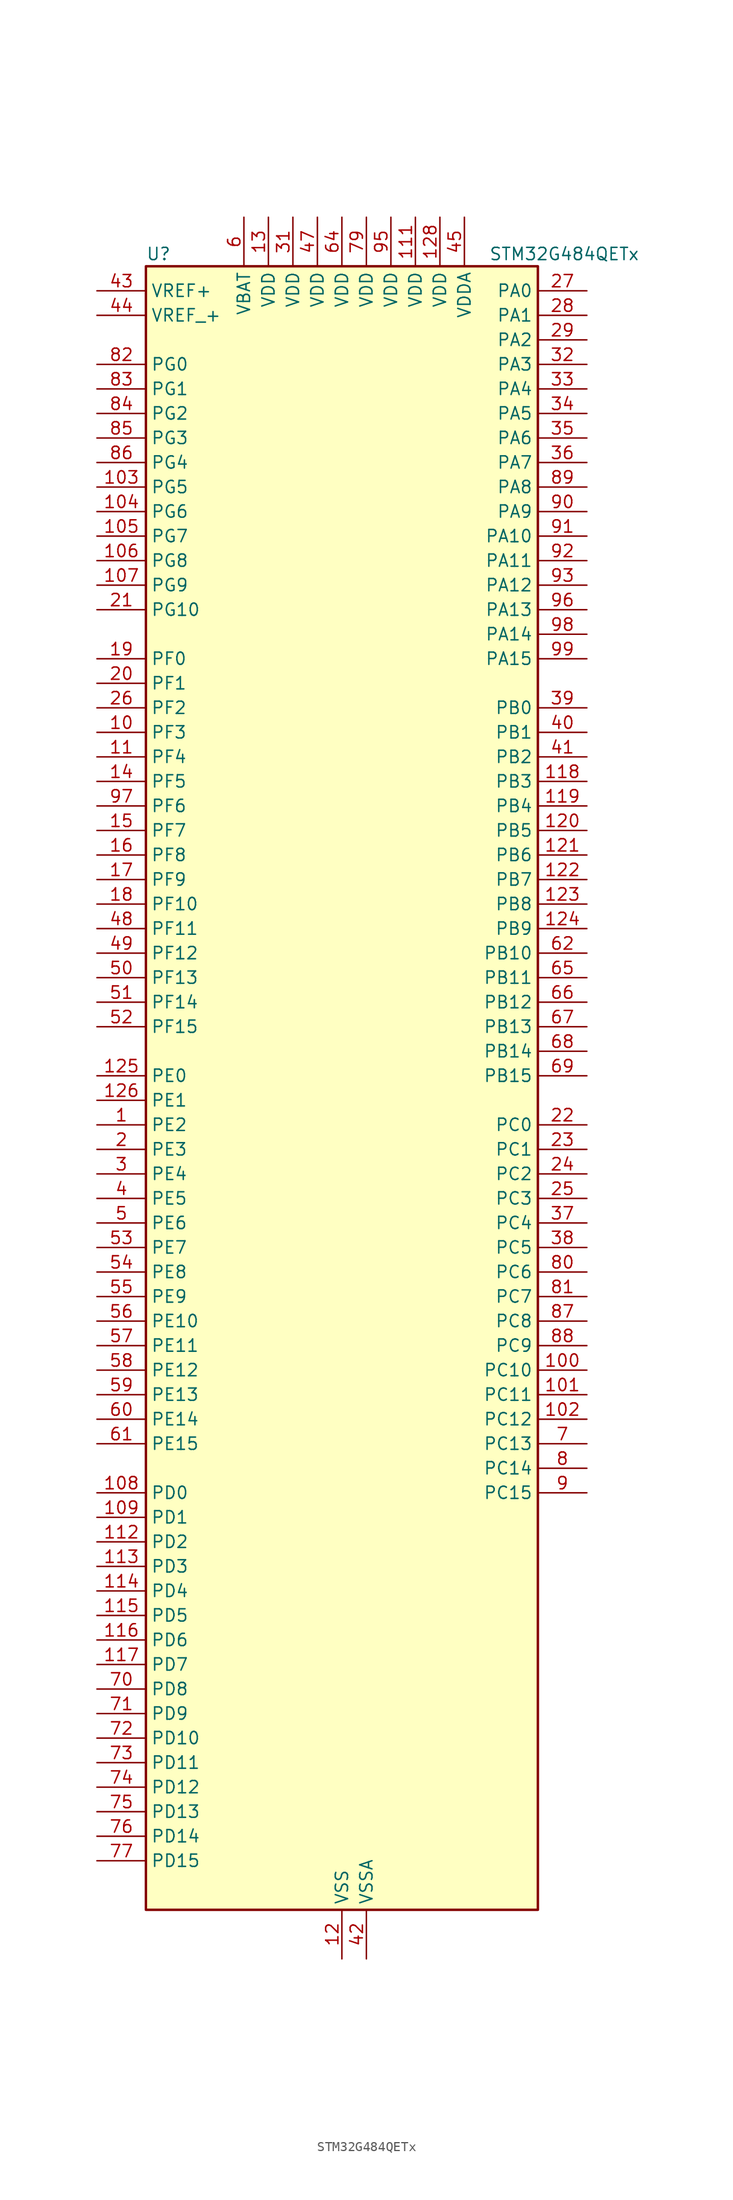
<source format=kicad_sym>
(kicad_symbol_lib
  (version 20231120)
  (generator "kicad_symbol_editor")
  (generator_version "8.0")
  (symbol "STM32G484QETx"
    (property "Reference" "U"
      (at -20.32 87.63 0)
      (effects (font (size 1.27 1.27)) (justify left)))
    (property "Value" "STM32G484QETx"
      (at 15.24 87.63 0)
      (effects (font (size 1.27 1.27)) (justify left)))
    (property "ki_locked" ""
      (at 0 0 0)
      (effects (font (size 1.27 1.27))))
    (symbol "STM32G484QETx_0_1"
      (rectangle (start -20.32 -83.82) (end 20.32 86.36) (stroke (width 0.254) (type default)) (fill (type background))))
    (symbol "STM32G484QETx_1_1"
      (pin bidirectional line (at -25.4 -2.54 0) (length 5.08) (name "PE2" (effects (font (size 1.27 1.27)))) (number "1" (effects (font (size 1.27 1.27)))) (alternate "ADC3_EXTI2" bidirectional line) (alternate "ADC4_EXTI2" bidirectional line) (alternate "ADC5_EXTI2" bidirectional line) (alternate "FMC_A23" bidirectional line) (alternate "SAI1_CK1" bidirectional line) (alternate "SAI1_MCLK_A" bidirectional line) (alternate "SPI4_SCK" bidirectional line) (alternate "SYS_TRACECLK" bidirectional line) (alternate "TIM20_CH1" bidirectional line) (alternate "TIM3_CH1" bidirectional line))
      (pin bidirectional line (at -25.4 38.1 0) (length 5.08) (name "PF3" (effects (font (size 1.27 1.27)))) (number "10" (effects (font (size 1.27 1.27)))) (alternate "ADC3_EXTI3" bidirectional line) (alternate "ADC4_EXTI3" bidirectional line) (alternate "ADC5_EXTI3" bidirectional line) (alternate "FMC_A3" bidirectional line) (alternate "I2C3_SCL" bidirectional line) (alternate "TIM20_CH4" bidirectional line))
      (pin bidirectional line (at 25.4 -27.94 180) (length 5.08) (name "PC10" (effects (font (size 1.27 1.27)))) (number "100" (effects (font (size 1.27 1.27)))) (alternate "DAC1_EXTI10" bidirectional line) (alternate "DAC2_EXTI10" bidirectional line) (alternate "DAC3_EXTI10" bidirectional line) (alternate "DAC4_EXTI10" bidirectional line) (alternate "HRTIM1_FLT6" bidirectional line) (alternate "I2S3_CK" bidirectional line) (alternate "SPI3_SCK" bidirectional line) (alternate "TIM8_CH1N" bidirectional line) (alternate "UART4_TX" bidirectional line) (alternate "USART3_TX" bidirectional line))
      (pin bidirectional line (at 25.4 -30.48 180) (length 5.08) (name "PC11" (effects (font (size 1.27 1.27)))) (number "101" (effects (font (size 1.27 1.27)))) (alternate "ADC1_EXTI11" bidirectional line) (alternate "ADC2_EXTI11" bidirectional line) (alternate "HRTIM1_EEV2" bidirectional line) (alternate "I2C3_SDA" bidirectional line) (alternate "SPI3_MISO" bidirectional line) (alternate "TIM8_CH2N" bidirectional line) (alternate "UART4_RX" bidirectional line) (alternate "USART3_RX" bidirectional line))
      (pin bidirectional line (at 25.4 -33.02 180) (length 5.08) (name "PC12" (effects (font (size 1.27 1.27)))) (number "102" (effects (font (size 1.27 1.27)))) (alternate "HRTIM1_EEV1" bidirectional line) (alternate "I2S3_SD" bidirectional line) (alternate "SPI3_MOSI" bidirectional line) (alternate "TIM5_CH2" bidirectional line) (alternate "TIM8_CH3N" bidirectional line) (alternate "UART5_TX" bidirectional line) (alternate "UCPD1_FRSTX1" bidirectional line) (alternate "UCPD1_FRSTX2" bidirectional line) (alternate "USART3_CK" bidirectional line))
      (pin bidirectional line (at -25.4 63.5 0) (length 5.08) (name "PG5" (effects (font (size 1.27 1.27)))) (number "103" (effects (font (size 1.27 1.27)))) (alternate "FMC_A15" bidirectional line) (alternate "LPUART1_CTS" bidirectional line) (alternate "SPI1_NSS" bidirectional line) (alternate "TIM20_ETR" bidirectional line))
      (pin bidirectional line (at -25.4 60.96 0) (length 5.08) (name "PG6" (effects (font (size 1.27 1.27)))) (number "104" (effects (font (size 1.27 1.27)))) (alternate "FMC_INT" bidirectional line) (alternate "I2C3_SMBA" bidirectional line) (alternate "LPUART1_DE" bidirectional line) (alternate "LPUART1_RTS" bidirectional line) (alternate "TIM20_BKIN" bidirectional line))
      (pin bidirectional line (at -25.4 58.42 0) (length 5.08) (name "PG7" (effects (font (size 1.27 1.27)))) (number "105" (effects (font (size 1.27 1.27)))) (alternate "FMC_INT" bidirectional line) (alternate "I2C3_SCL" bidirectional line) (alternate "LPUART1_TX" bidirectional line) (alternate "SAI1_CK1" bidirectional line) (alternate "SAI1_MCLK_A" bidirectional line))
      (pin bidirectional line (at -25.4 55.88 0) (length 5.08) (name "PG8" (effects (font (size 1.27 1.27)))) (number "106" (effects (font (size 1.27 1.27)))) (alternate "FMC_NE3" bidirectional line) (alternate "I2C3_SDA" bidirectional line) (alternate "LPUART1_RX" bidirectional line))
      (pin bidirectional line (at -25.4 53.34 0) (length 5.08) (name "PG9" (effects (font (size 1.27 1.27)))) (number "107" (effects (font (size 1.27 1.27)))) (alternate "DAC1_EXTI9" bidirectional line) (alternate "DAC2_EXTI9" bidirectional line) (alternate "DAC3_EXTI9" bidirectional line) (alternate "DAC4_EXTI9" bidirectional line) (alternate "FMC_NCE" bidirectional line) (alternate "FMC_NE2" bidirectional line) (alternate "SPI3_SCK" bidirectional line) (alternate "TIM15_CH1N" bidirectional line) (alternate "USART1_TX" bidirectional line))
      (pin bidirectional line (at -25.4 -40.64 0) (length 5.08) (name "PD0" (effects (font (size 1.27 1.27)))) (number "108" (effects (font (size 1.27 1.27)))) (alternate "FDCAN1_RX" bidirectional line) (alternate "FMC_D2" bidirectional line) (alternate "FMC_DA2" bidirectional line) (alternate "TIM8_CH4N" bidirectional line))
      (pin bidirectional line (at -25.4 -43.18 0) (length 5.08) (name "PD1" (effects (font (size 1.27 1.27)))) (number "109" (effects (font (size 1.27 1.27)))) (alternate "FDCAN1_TX" bidirectional line) (alternate "FMC_D3" bidirectional line) (alternate "FMC_DA3" bidirectional line) (alternate "TIM8_BKIN2" bidirectional line) (alternate "TIM8_CH4" bidirectional line))
      (pin bidirectional line (at -25.4 35.56 0) (length 5.08) (name "PF4" (effects (font (size 1.27 1.27)))) (number "11" (effects (font (size 1.27 1.27)))) (alternate "COMP1_OUT" bidirectional line) (alternate "FMC_A4" bidirectional line) (alternate "I2C3_SDA" bidirectional line) (alternate "TIM20_CH1N" bidirectional line))
      (pin passive line (at 0 -88.9 90) (length 5.08) hide (name "VSS" (effects (font (size 1.27 1.27)))) (number "110" (effects (font (size 1.27 1.27)))))
      (pin power_in line (at 7.62 91.44 270) (length 5.08) (name "VDD" (effects (font (size 1.27 1.27)))) (number "111" (effects (font (size 1.27 1.27)))))
      (pin bidirectional line (at -25.4 -45.72 0) (length 5.08) (name "PD2" (effects (font (size 1.27 1.27)))) (number "112" (effects (font (size 1.27 1.27)))) (alternate "ADC3_EXTI2" bidirectional line) (alternate "ADC4_EXTI2" bidirectional line) (alternate "ADC5_EXTI2" bidirectional line) (alternate "TIM3_ETR" bidirectional line) (alternate "TIM8_BKIN" bidirectional line) (alternate "UART5_RX" bidirectional line))
      (pin bidirectional line (at -25.4 -48.26 0) (length 5.08) (name "PD3" (effects (font (size 1.27 1.27)))) (number "113" (effects (font (size 1.27 1.27)))) (alternate "ADC3_EXTI3" bidirectional line) (alternate "ADC4_EXTI3" bidirectional line) (alternate "ADC5_EXTI3" bidirectional line) (alternate "FMC_CLK" bidirectional line) (alternate "QUADSPI1_BK2_NCS" bidirectional line) (alternate "TIM2_CH1" bidirectional line) (alternate "TIM2_ETR" bidirectional line) (alternate "USART2_CTS" bidirectional line) (alternate "USART2_NSS" bidirectional line))
      (pin bidirectional line (at -25.4 -50.8 0) (length 5.08) (name "PD4" (effects (font (size 1.27 1.27)))) (number "114" (effects (font (size 1.27 1.27)))) (alternate "FMC_NOE" bidirectional line) (alternate "QUADSPI1_BK2_IO0" bidirectional line) (alternate "TIM2_CH2" bidirectional line) (alternate "USART2_DE" bidirectional line) (alternate "USART2_RTS" bidirectional line))
      (pin bidirectional line (at -25.4 -53.34 0) (length 5.08) (name "PD5" (effects (font (size 1.27 1.27)))) (number "115" (effects (font (size 1.27 1.27)))) (alternate "FMC_NWE" bidirectional line) (alternate "QUADSPI1_BK2_IO1" bidirectional line) (alternate "USART2_TX" bidirectional line))
      (pin bidirectional line (at -25.4 -55.88 0) (length 5.08) (name "PD6" (effects (font (size 1.27 1.27)))) (number "116" (effects (font (size 1.27 1.27)))) (alternate "FMC_NWAIT" bidirectional line) (alternate "QUADSPI1_BK2_IO2" bidirectional line) (alternate "SAI1_D1" bidirectional line) (alternate "SAI1_SD_A" bidirectional line) (alternate "TIM2_CH4" bidirectional line) (alternate "USART2_RX" bidirectional line))
      (pin bidirectional line (at -25.4 -58.42 0) (length 5.08) (name "PD7" (effects (font (size 1.27 1.27)))) (number "117" (effects (font (size 1.27 1.27)))) (alternate "FMC_NCE" bidirectional line) (alternate "FMC_NE1" bidirectional line) (alternate "QUADSPI1_BK2_IO3" bidirectional line) (alternate "TIM2_CH3" bidirectional line) (alternate "USART2_CK" bidirectional line))
      (pin bidirectional line (at 25.4 33.02 180) (length 5.08) (name "PB3" (effects (font (size 1.27 1.27)))) (number "118" (effects (font (size 1.27 1.27)))) (alternate "ADC3_EXTI3" bidirectional line) (alternate "ADC4_EXTI3" bidirectional line) (alternate "ADC5_EXTI3" bidirectional line) (alternate "CRS_SYNC" bidirectional line) (alternate "FDCAN3_RX" bidirectional line) (alternate "HRTIM1_EEV9" bidirectional line) (alternate "HRTIM1_SCOUT" bidirectional line) (alternate "I2S3_CK" bidirectional line) (alternate "SAI1_SCK_B" bidirectional line) (alternate "SPI1_SCK" bidirectional line) (alternate "SPI3_SCK" bidirectional line) (alternate "SYS_JTDO-SWO" bidirectional line) (alternate "TIM2_CH2" bidirectional line) (alternate "TIM3_ETR" bidirectional line) (alternate "TIM4_ETR" bidirectional line) (alternate "TIM8_CH1N" bidirectional line) (alternate "USART2_TX" bidirectional line))
      (pin bidirectional line (at 25.4 30.48 180) (length 5.08) (name "PB4" (effects (font (size 1.27 1.27)))) (number "119" (effects (font (size 1.27 1.27)))) (alternate "FDCAN3_TX" bidirectional line) (alternate "HRTIM1_EEV7" bidirectional line) (alternate "SAI1_MCLK_B" bidirectional line) (alternate "SPI1_MISO" bidirectional line) (alternate "SPI3_MISO" bidirectional line) (alternate "SYS_JTRST" bidirectional line) (alternate "TIM16_CH1" bidirectional line) (alternate "TIM17_BKIN" bidirectional line) (alternate "TIM3_CH1" bidirectional line) (alternate "TIM8_CH2N" bidirectional line) (alternate "UART5_DE" bidirectional line) (alternate "UART5_RTS" bidirectional line) (alternate "UCPD1_CC2" bidirectional line) (alternate "USART2_RX" bidirectional line))
      (pin power_in line (at 0 -88.9 90) (length 5.08) (name "VSS" (effects (font (size 1.27 1.27)))) (number "12" (effects (font (size 1.27 1.27)))))
      (pin bidirectional line (at 25.4 27.94 180) (length 5.08) (name "PB5" (effects (font (size 1.27 1.27)))) (number "120" (effects (font (size 1.27 1.27)))) (alternate "FDCAN2_RX" bidirectional line) (alternate "HRTIM1_EEV6" bidirectional line) (alternate "I2C1_SMBA" bidirectional line) (alternate "I2C3_SDA" bidirectional line) (alternate "I2S3_SD" bidirectional line) (alternate "LPTIM1_IN1" bidirectional line) (alternate "SAI1_SD_B" bidirectional line) (alternate "SPI1_MOSI" bidirectional line) (alternate "SPI3_MOSI" bidirectional line) (alternate "TIM16_BKIN" bidirectional line) (alternate "TIM17_CH1" bidirectional line) (alternate "TIM3_CH2" bidirectional line) (alternate "TIM8_CH3N" bidirectional line) (alternate "UART5_CTS" bidirectional line) (alternate "USART2_CK" bidirectional line))
      (pin bidirectional line (at 25.4 25.4 180) (length 5.08) (name "PB6" (effects (font (size 1.27 1.27)))) (number "121" (effects (font (size 1.27 1.27)))) (alternate "COMP4_OUT" bidirectional line) (alternate "FDCAN2_TX" bidirectional line) (alternate "HRTIM1_EEV4" bidirectional line) (alternate "HRTIM1_SCIN" bidirectional line) (alternate "LPTIM1_ETR" bidirectional line) (alternate "SAI1_FS_B" bidirectional line) (alternate "TIM16_CH1N" bidirectional line) (alternate "TIM4_CH1" bidirectional line) (alternate "TIM8_BKIN2" bidirectional line) (alternate "TIM8_CH1" bidirectional line) (alternate "TIM8_ETR" bidirectional line) (alternate "UCPD1_CC1" bidirectional line) (alternate "USART1_TX" bidirectional line))
      (pin bidirectional line (at 25.4 22.86 180) (length 5.08) (name "PB7" (effects (font (size 1.27 1.27)))) (number "122" (effects (font (size 1.27 1.27)))) (alternate "COMP3_OUT" bidirectional line) (alternate "FMC_NL" bidirectional line) (alternate "HRTIM1_EEV3" bidirectional line) (alternate "I2C1_SDA" bidirectional line) (alternate "I2C4_SDA" bidirectional line) (alternate "LPTIM1_IN2" bidirectional line) (alternate "SYS_PVD_IN" bidirectional line) (alternate "TIM17_CH1N" bidirectional line) (alternate "TIM3_CH4" bidirectional line) (alternate "TIM4_CH2" bidirectional line) (alternate "TIM8_BKIN" bidirectional line) (alternate "UART4_CTS" bidirectional line) (alternate "USART1_RX" bidirectional line))
      (pin bidirectional line (at 25.4 20.32 180) (length 5.08) (name "PB8" (effects (font (size 1.27 1.27)))) (number "123" (effects (font (size 1.27 1.27)))) (alternate "COMP1_OUT" bidirectional line) (alternate "FDCAN1_RX" bidirectional line) (alternate "HRTIM1_EEV8" bidirectional line) (alternate "I2C1_SCL" bidirectional line) (alternate "SAI1_CK1" bidirectional line) (alternate "SAI1_MCLK_A" bidirectional line) (alternate "TIM16_CH1" bidirectional line) (alternate "TIM1_BKIN" bidirectional line) (alternate "TIM4_CH3" bidirectional line) (alternate "TIM8_CH2" bidirectional line) (alternate "USART3_RX" bidirectional line))
      (pin bidirectional line (at 25.4 17.78 180) (length 5.08) (name "PB9" (effects (font (size 1.27 1.27)))) (number "124" (effects (font (size 1.27 1.27)))) (alternate "COMP2_OUT" bidirectional line) (alternate "DAC1_EXTI9" bidirectional line) (alternate "DAC2_EXTI9" bidirectional line) (alternate "DAC3_EXTI9" bidirectional line) (alternate "DAC4_EXTI9" bidirectional line) (alternate "FDCAN1_TX" bidirectional line) (alternate "HRTIM1_EEV5" bidirectional line) (alternate "I2C1_SDA" bidirectional line) (alternate "IR_OUT" bidirectional line) (alternate "SAI1_D2" bidirectional line) (alternate "SAI1_FS_A" bidirectional line) (alternate "TIM17_CH1" bidirectional line) (alternate "TIM1_CH3N" bidirectional line) (alternate "TIM4_CH4" bidirectional line) (alternate "TIM8_CH3" bidirectional line) (alternate "USART3_TX" bidirectional line))
      (pin bidirectional line (at -25.4 2.54 0) (length 5.08) (name "PE0" (effects (font (size 1.27 1.27)))) (number "125" (effects (font (size 1.27 1.27)))) (alternate "FMC_NBL0" bidirectional line) (alternate "TIM16_CH1" bidirectional line) (alternate "TIM20_CH4N" bidirectional line) (alternate "TIM20_ETR" bidirectional line) (alternate "TIM4_ETR" bidirectional line) (alternate "USART1_TX" bidirectional line))
      (pin bidirectional line (at -25.4 0 0) (length 5.08) (name "PE1" (effects (font (size 1.27 1.27)))) (number "126" (effects (font (size 1.27 1.27)))) (alternate "FMC_NBL1" bidirectional line) (alternate "TIM17_CH1" bidirectional line) (alternate "TIM20_CH4" bidirectional line) (alternate "USART1_RX" bidirectional line))
      (pin passive line (at 0 -88.9 90) (length 5.08) hide (name "VSS" (effects (font (size 1.27 1.27)))) (number "127" (effects (font (size 1.27 1.27)))))
      (pin power_in line (at 10.16 91.44 270) (length 5.08) (name "VDD" (effects (font (size 1.27 1.27)))) (number "128" (effects (font (size 1.27 1.27)))))
      (pin power_in line (at -7.62 91.44 270) (length 5.08) (name "VDD" (effects (font (size 1.27 1.27)))) (number "13" (effects (font (size 1.27 1.27)))))
      (pin bidirectional line (at -25.4 33.02 0) (length 5.08) (name "PF5" (effects (font (size 1.27 1.27)))) (number "14" (effects (font (size 1.27 1.27)))) (alternate "FMC_A5" bidirectional line) (alternate "TIM20_CH2N" bidirectional line))
      (pin bidirectional line (at -25.4 27.94 0) (length 5.08) (name "PF7" (effects (font (size 1.27 1.27)))) (number "15" (effects (font (size 1.27 1.27)))) (alternate "FMC_A1" bidirectional line) (alternate "QUADSPI1_BK1_IO2" bidirectional line) (alternate "SAI1_MCLK_B" bidirectional line) (alternate "TIM20_BKIN" bidirectional line) (alternate "TIM5_CH2" bidirectional line))
      (pin bidirectional line (at -25.4 25.4 0) (length 5.08) (name "PF8" (effects (font (size 1.27 1.27)))) (number "16" (effects (font (size 1.27 1.27)))) (alternate "FMC_A24" bidirectional line) (alternate "QUADSPI1_BK1_IO0" bidirectional line) (alternate "SAI1_SCK_B" bidirectional line) (alternate "TIM20_BKIN2" bidirectional line) (alternate "TIM5_CH3" bidirectional line))
      (pin bidirectional line (at -25.4 22.86 0) (length 5.08) (name "PF9" (effects (font (size 1.27 1.27)))) (number "17" (effects (font (size 1.27 1.27)))) (alternate "DAC1_EXTI9" bidirectional line) (alternate "DAC2_EXTI9" bidirectional line) (alternate "DAC3_EXTI9" bidirectional line) (alternate "DAC4_EXTI9" bidirectional line) (alternate "FMC_A25" bidirectional line) (alternate "QUADSPI1_BK1_IO1" bidirectional line) (alternate "SAI1_FS_B" bidirectional line) (alternate "SPI2_SCK" bidirectional line) (alternate "TIM15_CH1" bidirectional line) (alternate "TIM20_BKIN" bidirectional line) (alternate "TIM5_CH4" bidirectional line))
      (pin bidirectional line (at -25.4 20.32 0) (length 5.08) (name "PF10" (effects (font (size 1.27 1.27)))) (number "18" (effects (font (size 1.27 1.27)))) (alternate "DAC1_EXTI10" bidirectional line) (alternate "DAC2_EXTI10" bidirectional line) (alternate "DAC3_EXTI10" bidirectional line) (alternate "DAC4_EXTI10" bidirectional line) (alternate "FMC_A0" bidirectional line) (alternate "QUADSPI1_CLK" bidirectional line) (alternate "SAI1_D3" bidirectional line) (alternate "SPI2_SCK" bidirectional line) (alternate "TIM15_CH2" bidirectional line) (alternate "TIM20_BKIN2" bidirectional line))
      (pin bidirectional line (at -25.4 45.72 0) (length 5.08) (name "PF0" (effects (font (size 1.27 1.27)))) (number "19" (effects (font (size 1.27 1.27)))) (alternate "ADC1_IN10" bidirectional line) (alternate "I2C2_SDA" bidirectional line) (alternate "I2S2_WS" bidirectional line) (alternate "RCC_OSC_IN" bidirectional line) (alternate "SPI2_NSS" bidirectional line) (alternate "TIM1_CH3N" bidirectional line))
      (pin bidirectional line (at -25.4 -5.08 0) (length 5.08) (name "PE3" (effects (font (size 1.27 1.27)))) (number "2" (effects (font (size 1.27 1.27)))) (alternate "ADC3_EXTI3" bidirectional line) (alternate "ADC4_EXTI3" bidirectional line) (alternate "ADC5_EXTI3" bidirectional line) (alternate "FMC_A19" bidirectional line) (alternate "SAI1_SD_B" bidirectional line) (alternate "SPI4_NSS" bidirectional line) (alternate "SYS_TRACED0" bidirectional line) (alternate "TIM20_CH2" bidirectional line) (alternate "TIM3_CH2" bidirectional line))
      (pin bidirectional line (at -25.4 43.18 0) (length 5.08) (name "PF1" (effects (font (size 1.27 1.27)))) (number "20" (effects (font (size 1.27 1.27)))) (alternate "ADC2_IN10" bidirectional line) (alternate "COMP3_INM" bidirectional line) (alternate "I2S2_CK" bidirectional line) (alternate "RCC_OSC_OUT" bidirectional line) (alternate "SPI2_SCK" bidirectional line))
      (pin bidirectional line (at -25.4 50.8 0) (length 5.08) (name "PG10" (effects (font (size 1.27 1.27)))) (number "21" (effects (font (size 1.27 1.27)))) (alternate "DAC1_EXTI10" bidirectional line) (alternate "DAC2_EXTI10" bidirectional line) (alternate "DAC3_EXTI10" bidirectional line) (alternate "DAC4_EXTI10" bidirectional line) (alternate "RCC_MCO" bidirectional line))
      (pin bidirectional line (at 25.4 -2.54 180) (length 5.08) (name "PC0" (effects (font (size 1.27 1.27)))) (number "22" (effects (font (size 1.27 1.27)))) (alternate "ADC1_IN6" bidirectional line) (alternate "ADC2_IN6" bidirectional line) (alternate "COMP3_INM" bidirectional line) (alternate "LPTIM1_IN1" bidirectional line) (alternate "LPUART1_RX" bidirectional line) (alternate "TIM1_CH1" bidirectional line))
      (pin bidirectional line (at 25.4 -5.08 180) (length 5.08) (name "PC1" (effects (font (size 1.27 1.27)))) (number "23" (effects (font (size 1.27 1.27)))) (alternate "ADC1_IN7" bidirectional line) (alternate "ADC2_IN7" bidirectional line) (alternate "COMP3_INP" bidirectional line) (alternate "LPTIM1_OUT" bidirectional line) (alternate "LPUART1_TX" bidirectional line) (alternate "QUADSPI1_BK2_IO0" bidirectional line) (alternate "SAI1_SD_A" bidirectional line) (alternate "TIM1_CH2" bidirectional line))
      (pin bidirectional line (at 25.4 -7.62 180) (length 5.08) (name "PC2" (effects (font (size 1.27 1.27)))) (number "24" (effects (font (size 1.27 1.27)))) (alternate "ADC1_IN8" bidirectional line) (alternate "ADC2_IN8" bidirectional line) (alternate "ADC3_EXTI2" bidirectional line) (alternate "ADC4_EXTI2" bidirectional line) (alternate "ADC5_EXTI2" bidirectional line) (alternate "COMP3_OUT" bidirectional line) (alternate "LPTIM1_IN2" bidirectional line) (alternate "QUADSPI1_BK2_IO1" bidirectional line) (alternate "TIM1_CH3" bidirectional line) (alternate "TIM20_CH2" bidirectional line))
      (pin bidirectional line (at 25.4 -10.16 180) (length 5.08) (name "PC3" (effects (font (size 1.27 1.27)))) (number "25" (effects (font (size 1.27 1.27)))) (alternate "ADC1_IN9" bidirectional line) (alternate "ADC2_IN9" bidirectional line) (alternate "ADC3_EXTI3" bidirectional line) (alternate "ADC4_EXTI3" bidirectional line) (alternate "ADC5_EXTI3" bidirectional line) (alternate "LPTIM1_ETR" bidirectional line) (alternate "OPAMP5_VINP" bidirectional line) (alternate "OPAMP5_VINP_SEC" bidirectional line) (alternate "QUADSPI1_BK2_IO2" bidirectional line) (alternate "SAI1_D1" bidirectional line) (alternate "SAI1_SD_A" bidirectional line) (alternate "TIM1_BKIN2" bidirectional line) (alternate "TIM1_CH4" bidirectional line))
      (pin bidirectional line (at -25.4 40.64 0) (length 5.08) (name "PF2" (effects (font (size 1.27 1.27)))) (number "26" (effects (font (size 1.27 1.27)))) (alternate "ADC3_EXTI2" bidirectional line) (alternate "ADC4_EXTI2" bidirectional line) (alternate "ADC5_EXTI2" bidirectional line) (alternate "FMC_A2" bidirectional line) (alternate "I2C2_SMBA" bidirectional line) (alternate "TIM20_CH3" bidirectional line))
      (pin bidirectional line (at 25.4 83.82 180) (length 5.08) (name "PA0" (effects (font (size 1.27 1.27)))) (number "27" (effects (font (size 1.27 1.27)))) (alternate "ADC1_IN1" bidirectional line) (alternate "ADC2_IN1" bidirectional line) (alternate "COMP1_INM" bidirectional line) (alternate "COMP1_OUT" bidirectional line) (alternate "COMP3_INP" bidirectional line) (alternate "RTC_TAMP2" bidirectional line) (alternate "SYS_WKUP1" bidirectional line) (alternate "TIM2_CH1" bidirectional line) (alternate "TIM2_ETR" bidirectional line) (alternate "TIM5_CH1" bidirectional line) (alternate "TIM8_BKIN" bidirectional line) (alternate "TIM8_ETR" bidirectional line) (alternate "USART2_CTS" bidirectional line) (alternate "USART2_NSS" bidirectional line))
      (pin bidirectional line (at 25.4 81.28 180) (length 5.08) (name "PA1" (effects (font (size 1.27 1.27)))) (number "28" (effects (font (size 1.27 1.27)))) (alternate "ADC1_IN2" bidirectional line) (alternate "ADC2_IN2" bidirectional line) (alternate "COMP1_INP" bidirectional line) (alternate "OPAMP1_VINP" bidirectional line) (alternate "OPAMP1_VINP_SEC" bidirectional line) (alternate "OPAMP3_VINP" bidirectional line) (alternate "OPAMP3_VINP_SEC" bidirectional line) (alternate "OPAMP6_VINM" bidirectional line) (alternate "OPAMP6_VINM0" bidirectional line) (alternate "OPAMP6_VINM_SEC" bidirectional line) (alternate "RTC_REFIN" bidirectional line) (alternate "TIM15_CH1N" bidirectional line) (alternate "TIM2_CH2" bidirectional line) (alternate "TIM5_CH2" bidirectional line) (alternate "USART2_DE" bidirectional line) (alternate "USART2_RTS" bidirectional line))
      (pin bidirectional line (at 25.4 78.74 180) (length 5.08) (name "PA2" (effects (font (size 1.27 1.27)))) (number "29" (effects (font (size 1.27 1.27)))) (alternate "ADC1_IN3" bidirectional line) (alternate "ADC3_EXTI2" bidirectional line) (alternate "ADC4_EXTI2" bidirectional line) (alternate "ADC5_EXTI2" bidirectional line) (alternate "COMP2_INM" bidirectional line) (alternate "COMP2_OUT" bidirectional line) (alternate "LPUART1_TX" bidirectional line) (alternate "OPAMP1_VOUT" bidirectional line) (alternate "QUADSPI1_BK1_NCS" bidirectional line) (alternate "RCC_LSCO" bidirectional line) (alternate "SYS_WKUP4" bidirectional line) (alternate "TIM15_CH1" bidirectional line) (alternate "TIM2_CH3" bidirectional line) (alternate "TIM5_CH3" bidirectional line) (alternate "UCPD1_FRSTX1" bidirectional line) (alternate "UCPD1_FRSTX2" bidirectional line) (alternate "USART2_TX" bidirectional line))
      (pin bidirectional line (at -25.4 -7.62 0) (length 5.08) (name "PE4" (effects (font (size 1.27 1.27)))) (number "3" (effects (font (size 1.27 1.27)))) (alternate "FMC_A20" bidirectional line) (alternate "SAI1_D2" bidirectional line) (alternate "SAI1_FS_A" bidirectional line) (alternate "SPI4_NSS" bidirectional line) (alternate "SYS_TRACED1" bidirectional line) (alternate "TIM20_CH1N" bidirectional line) (alternate "TIM3_CH3" bidirectional line))
      (pin passive line (at 0 -88.9 90) (length 5.08) hide (name "VSS" (effects (font (size 1.27 1.27)))) (number "30" (effects (font (size 1.27 1.27)))))
      (pin power_in line (at -5.08 91.44 270) (length 5.08) (name "VDD" (effects (font (size 1.27 1.27)))) (number "31" (effects (font (size 1.27 1.27)))))
      (pin bidirectional line (at 25.4 76.2 180) (length 5.08) (name "PA3" (effects (font (size 1.27 1.27)))) (number "32" (effects (font (size 1.27 1.27)))) (alternate "ADC1_IN4" bidirectional line) (alternate "ADC3_EXTI3" bidirectional line) (alternate "ADC4_EXTI3" bidirectional line) (alternate "ADC5_EXTI3" bidirectional line) (alternate "COMP2_INP" bidirectional line) (alternate "LPUART1_RX" bidirectional line) (alternate "OPAMP1_VINM" bidirectional line) (alternate "OPAMP1_VINM0" bidirectional line) (alternate "OPAMP1_VINM_SEC" bidirectional line) (alternate "OPAMP1_VINP" bidirectional line) (alternate "OPAMP1_VINP_SEC" bidirectional line) (alternate "OPAMP5_VINM" bidirectional line) (alternate "OPAMP5_VINM1" bidirectional line) (alternate "OPAMP5_VINM_SEC" bidirectional line) (alternate "QUADSPI1_CLK" bidirectional line) (alternate "SAI1_CK1" bidirectional line) (alternate "SAI1_MCLK_A" bidirectional line) (alternate "TIM15_CH2" bidirectional line) (alternate "TIM2_CH4" bidirectional line) (alternate "TIM5_CH4" bidirectional line) (alternate "USART2_RX" bidirectional line))
      (pin bidirectional line (at 25.4 73.66 180) (length 5.08) (name "PA4" (effects (font (size 1.27 1.27)))) (number "33" (effects (font (size 1.27 1.27)))) (alternate "ADC2_IN17" bidirectional line) (alternate "COMP1_INM" bidirectional line) (alternate "DAC1_OUT1" bidirectional line) (alternate "I2S3_WS" bidirectional line) (alternate "SAI1_FS_B" bidirectional line) (alternate "SPI1_NSS" bidirectional line) (alternate "SPI3_NSS" bidirectional line) (alternate "TIM3_CH2" bidirectional line) (alternate "USART2_CK" bidirectional line))
      (pin bidirectional line (at 25.4 71.12 180) (length 5.08) (name "PA5" (effects (font (size 1.27 1.27)))) (number "34" (effects (font (size 1.27 1.27)))) (alternate "ADC2_IN13" bidirectional line) (alternate "COMP2_INM" bidirectional line) (alternate "DAC1_OUT2" bidirectional line) (alternate "OPAMP2_VINM" bidirectional line) (alternate "OPAMP2_VINM0" bidirectional line) (alternate "OPAMP2_VINM_SEC" bidirectional line) (alternate "SPI1_SCK" bidirectional line) (alternate "TIM2_CH1" bidirectional line) (alternate "TIM2_ETR" bidirectional line) (alternate "UCPD1_FRSTX1" bidirectional line) (alternate "UCPD1_FRSTX2" bidirectional line))
      (pin bidirectional line (at 25.4 68.58 180) (length 5.08) (name "PA6" (effects (font (size 1.27 1.27)))) (number "35" (effects (font (size 1.27 1.27)))) (alternate "ADC2_IN3" bidirectional line) (alternate "COMP1_OUT" bidirectional line) (alternate "DAC2_OUT1" bidirectional line) (alternate "LPUART1_CTS" bidirectional line) (alternate "OPAMP2_VOUT" bidirectional line) (alternate "QUADSPI1_BK1_IO3" bidirectional line) (alternate "SPI1_MISO" bidirectional line) (alternate "TIM16_CH1" bidirectional line) (alternate "TIM1_BKIN" bidirectional line) (alternate "TIM3_CH1" bidirectional line) (alternate "TIM8_BKIN" bidirectional line))
      (pin bidirectional line (at 25.4 66.04 180) (length 5.08) (name "PA7" (effects (font (size 1.27 1.27)))) (number "36" (effects (font (size 1.27 1.27)))) (alternate "ADC2_IN4" bidirectional line) (alternate "COMP2_INP" bidirectional line) (alternate "COMP2_OUT" bidirectional line) (alternate "OPAMP1_VINP" bidirectional line) (alternate "OPAMP1_VINP_SEC" bidirectional line) (alternate "OPAMP2_VINP" bidirectional line) (alternate "OPAMP2_VINP_SEC" bidirectional line) (alternate "QUADSPI1_BK1_IO2" bidirectional line) (alternate "SPI1_MOSI" bidirectional line) (alternate "TIM17_CH1" bidirectional line) (alternate "TIM1_CH1N" bidirectional line) (alternate "TIM3_CH2" bidirectional line) (alternate "TIM8_CH1N" bidirectional line) (alternate "UCPD1_FRSTX1" bidirectional line) (alternate "UCPD1_FRSTX2" bidirectional line))
      (pin bidirectional line (at 25.4 -12.7 180) (length 5.08) (name "PC4" (effects (font (size 1.27 1.27)))) (number "37" (effects (font (size 1.27 1.27)))) (alternate "ADC2_IN5" bidirectional line) (alternate "I2C2_SCL" bidirectional line) (alternate "QUADSPI1_BK2_IO3" bidirectional line) (alternate "TIM1_ETR" bidirectional line) (alternate "USART1_TX" bidirectional line))
      (pin bidirectional line (at 25.4 -15.24 180) (length 5.08) (name "PC5" (effects (font (size 1.27 1.27)))) (number "38" (effects (font (size 1.27 1.27)))) (alternate "ADC2_IN11" bidirectional line) (alternate "HRTIM1_EEV10" bidirectional line) (alternate "OPAMP1_VINM" bidirectional line) (alternate "OPAMP1_VINM1" bidirectional line) (alternate "OPAMP1_VINM_SEC" bidirectional line) (alternate "OPAMP2_VINM" bidirectional line) (alternate "OPAMP2_VINM1" bidirectional line) (alternate "OPAMP2_VINM_SEC" bidirectional line) (alternate "SAI1_D3" bidirectional line) (alternate "SYS_WKUP5" bidirectional line) (alternate "TIM15_BKIN" bidirectional line) (alternate "TIM1_CH4N" bidirectional line) (alternate "USART1_RX" bidirectional line))
      (pin bidirectional line (at 25.4 40.64 180) (length 5.08) (name "PB0" (effects (font (size 1.27 1.27)))) (number "39" (effects (font (size 1.27 1.27)))) (alternate "ADC1_IN15" bidirectional line) (alternate "ADC3_IN12" bidirectional line) (alternate "COMP4_INP" bidirectional line) (alternate "HRTIM1_FLT5" bidirectional line) (alternate "OPAMP2_VINP" bidirectional line) (alternate "OPAMP2_VINP_SEC" bidirectional line) (alternate "OPAMP3_VINP" bidirectional line) (alternate "OPAMP3_VINP_SEC" bidirectional line) (alternate "QUADSPI1_BK1_IO1" bidirectional line) (alternate "TIM1_CH2N" bidirectional line) (alternate "TIM3_CH3" bidirectional line) (alternate "TIM8_CH2N" bidirectional line) (alternate "UCPD1_FRSTX1" bidirectional line) (alternate "UCPD1_FRSTX2" bidirectional line))
      (pin bidirectional line (at -25.4 -10.16 0) (length 5.08) (name "PE5" (effects (font (size 1.27 1.27)))) (number "4" (effects (font (size 1.27 1.27)))) (alternate "FMC_A21" bidirectional line) (alternate "SAI1_CK2" bidirectional line) (alternate "SAI1_SCK_A" bidirectional line) (alternate "SPI4_MISO" bidirectional line) (alternate "SYS_TRACED2" bidirectional line) (alternate "TIM20_CH2N" bidirectional line) (alternate "TIM3_CH4" bidirectional line))
      (pin bidirectional line (at 25.4 38.1 180) (length 5.08) (name "PB1" (effects (font (size 1.27 1.27)))) (number "40" (effects (font (size 1.27 1.27)))) (alternate "ADC1_IN12" bidirectional line) (alternate "ADC3_IN1" bidirectional line) (alternate "COMP1_INP" bidirectional line) (alternate "COMP4_OUT" bidirectional line) (alternate "HRTIM1_SCOUT" bidirectional line) (alternate "LPUART1_DE" bidirectional line) (alternate "LPUART1_RTS" bidirectional line) (alternate "OPAMP3_VOUT" bidirectional line) (alternate "OPAMP6_VINM" bidirectional line) (alternate "OPAMP6_VINM1" bidirectional line) (alternate "OPAMP6_VINM_SEC" bidirectional line) (alternate "QUADSPI1_BK1_IO0" bidirectional line) (alternate "TIM1_CH3N" bidirectional line) (alternate "TIM3_CH4" bidirectional line) (alternate "TIM8_CH3N" bidirectional line))
      (pin bidirectional line (at 25.4 35.56 180) (length 5.08) (name "PB2" (effects (font (size 1.27 1.27)))) (number "41" (effects (font (size 1.27 1.27)))) (alternate "ADC2_IN12" bidirectional line) (alternate "ADC3_EXTI2" bidirectional line) (alternate "ADC4_EXTI2" bidirectional line) (alternate "ADC5_EXTI2" bidirectional line) (alternate "COMP4_INM" bidirectional line) (alternate "HRTIM1_SCIN" bidirectional line) (alternate "I2C3_SMBA" bidirectional line) (alternate "LPTIM1_OUT" bidirectional line) (alternate "OPAMP3_VINM" bidirectional line) (alternate "OPAMP3_VINM0" bidirectional line) (alternate "OPAMP3_VINM_SEC" bidirectional line) (alternate "QUADSPI1_BK2_IO1" bidirectional line) (alternate "RTC_OUT2" bidirectional line) (alternate "TIM20_CH1" bidirectional line) (alternate "TIM5_CH1" bidirectional line))
      (pin power_in line (at 2.54 -88.9 90) (length 5.08) (name "VSSA" (effects (font (size 1.27 1.27)))) (number "42" (effects (font (size 1.27 1.27)))))
      (pin input line (at -25.4 83.82 0) (length 5.08) (name "VREF+" (effects (font (size 1.27 1.27)))) (number "43" (effects (font (size 1.27 1.27)))) (alternate "VREFBUF_OUT1" bidirectional line))
      (pin input line (at -25.4 81.28 0) (length 5.08) (name "VREF_+" (effects (font (size 1.27 1.27)))) (number "44" (effects (font (size 1.27 1.27)))) (alternate "VREFBUF_OUT2" bidirectional line))
      (pin power_in line (at 12.7 91.44 270) (length 5.08) (name "VDDA" (effects (font (size 1.27 1.27)))) (number "45" (effects (font (size 1.27 1.27)))))
      (pin passive line (at 0 -88.9 90) (length 5.08) hide (name "VSS" (effects (font (size 1.27 1.27)))) (number "46" (effects (font (size 1.27 1.27)))))
      (pin power_in line (at -2.54 91.44 270) (length 5.08) (name "VDD" (effects (font (size 1.27 1.27)))) (number "47" (effects (font (size 1.27 1.27)))))
      (pin bidirectional line (at -25.4 17.78 0) (length 5.08) (name "PF11" (effects (font (size 1.27 1.27)))) (number "48" (effects (font (size 1.27 1.27)))) (alternate "ADC1_EXTI11" bidirectional line) (alternate "ADC2_EXTI11" bidirectional line) (alternate "FMC_NE4" bidirectional line) (alternate "TIM20_ETR" bidirectional line))
      (pin bidirectional line (at -25.4 15.24 0) (length 5.08) (name "PF12" (effects (font (size 1.27 1.27)))) (number "49" (effects (font (size 1.27 1.27)))) (alternate "FMC_A6" bidirectional line) (alternate "TIM20_CH1" bidirectional line))
      (pin bidirectional line (at -25.4 -12.7 0) (length 5.08) (name "PE6" (effects (font (size 1.27 1.27)))) (number "5" (effects (font (size 1.27 1.27)))) (alternate "FMC_A22" bidirectional line) (alternate "RTC_TAMP3" bidirectional line) (alternate "SAI1_D1" bidirectional line) (alternate "SAI1_SD_A" bidirectional line) (alternate "SPI4_MOSI" bidirectional line) (alternate "SYS_TRACED3" bidirectional line) (alternate "SYS_WKUP3" bidirectional line) (alternate "TIM20_CH3N" bidirectional line))
      (pin bidirectional line (at -25.4 12.7 0) (length 5.08) (name "PF13" (effects (font (size 1.27 1.27)))) (number "50" (effects (font (size 1.27 1.27)))) (alternate "FMC_A7" bidirectional line) (alternate "I2C4_SMBA" bidirectional line) (alternate "TIM20_CH2" bidirectional line))
      (pin bidirectional line (at -25.4 10.16 0) (length 5.08) (name "PF14" (effects (font (size 1.27 1.27)))) (number "51" (effects (font (size 1.27 1.27)))) (alternate "FMC_A8" bidirectional line) (alternate "I2C4_SCL" bidirectional line) (alternate "TIM20_CH3" bidirectional line))
      (pin bidirectional line (at -25.4 7.62 0) (length 5.08) (name "PF15" (effects (font (size 1.27 1.27)))) (number "52" (effects (font (size 1.27 1.27)))) (alternate "ADC1_EXTI15" bidirectional line) (alternate "ADC2_EXTI15" bidirectional line) (alternate "FMC_A9" bidirectional line) (alternate "I2C4_SDA" bidirectional line) (alternate "TIM20_CH4" bidirectional line))
      (pin bidirectional line (at -25.4 -15.24 0) (length 5.08) (name "PE7" (effects (font (size 1.27 1.27)))) (number "53" (effects (font (size 1.27 1.27)))) (alternate "ADC3_IN4" bidirectional line) (alternate "COMP4_INP" bidirectional line) (alternate "FMC_D4" bidirectional line) (alternate "FMC_DA4" bidirectional line) (alternate "SAI1_SD_B" bidirectional line) (alternate "TIM1_ETR" bidirectional line))
      (pin bidirectional line (at -25.4 -17.78 0) (length 5.08) (name "PE8" (effects (font (size 1.27 1.27)))) (number "54" (effects (font (size 1.27 1.27)))) (alternate "ADC3_IN6" bidirectional line) (alternate "ADC4_IN6" bidirectional line) (alternate "ADC5_IN6" bidirectional line) (alternate "COMP4_INM" bidirectional line) (alternate "FMC_D5" bidirectional line) (alternate "FMC_DA5" bidirectional line) (alternate "SAI1_SCK_B" bidirectional line) (alternate "TIM1_CH1N" bidirectional line) (alternate "TIM5_CH3" bidirectional line))
      (pin bidirectional line (at -25.4 -20.32 0) (length 5.08) (name "PE9" (effects (font (size 1.27 1.27)))) (number "55" (effects (font (size 1.27 1.27)))) (alternate "ADC3_IN2" bidirectional line) (alternate "DAC1_EXTI9" bidirectional line) (alternate "DAC2_EXTI9" bidirectional line) (alternate "DAC3_EXTI9" bidirectional line) (alternate "DAC4_EXTI9" bidirectional line) (alternate "FMC_D6" bidirectional line) (alternate "FMC_DA6" bidirectional line) (alternate "SAI1_FS_B" bidirectional line) (alternate "TIM1_CH1" bidirectional line) (alternate "TIM5_CH4" bidirectional line))
      (pin bidirectional line (at -25.4 -22.86 0) (length 5.08) (name "PE10" (effects (font (size 1.27 1.27)))) (number "56" (effects (font (size 1.27 1.27)))) (alternate "ADC3_IN14" bidirectional line) (alternate "ADC4_IN14" bidirectional line) (alternate "ADC5_IN14" bidirectional line) (alternate "DAC1_EXTI10" bidirectional line) (alternate "DAC2_EXTI10" bidirectional line) (alternate "DAC3_EXTI10" bidirectional line) (alternate "DAC4_EXTI10" bidirectional line) (alternate "FMC_D7" bidirectional line) (alternate "FMC_DA7" bidirectional line) (alternate "QUADSPI1_CLK" bidirectional line) (alternate "SAI1_MCLK_B" bidirectional line) (alternate "TIM1_CH2N" bidirectional line))
      (pin bidirectional line (at -25.4 -25.4 0) (length 5.08) (name "PE11" (effects (font (size 1.27 1.27)))) (number "57" (effects (font (size 1.27 1.27)))) (alternate "ADC1_EXTI11" bidirectional line) (alternate "ADC2_EXTI11" bidirectional line) (alternate "ADC3_IN15" bidirectional line) (alternate "ADC4_IN15" bidirectional line) (alternate "ADC5_IN15" bidirectional line) (alternate "FMC_D8" bidirectional line) (alternate "FMC_DA8" bidirectional line) (alternate "QUADSPI1_BK1_NCS" bidirectional line) (alternate "SPI4_NSS" bidirectional line) (alternate "TIM1_CH2" bidirectional line))
      (pin bidirectional line (at -25.4 -27.94 0) (length 5.08) (name "PE12" (effects (font (size 1.27 1.27)))) (number "58" (effects (font (size 1.27 1.27)))) (alternate "ADC3_IN16" bidirectional line) (alternate "ADC4_IN16" bidirectional line) (alternate "ADC5_IN16" bidirectional line) (alternate "FMC_D9" bidirectional line) (alternate "FMC_DA9" bidirectional line) (alternate "QUADSPI1_BK1_IO0" bidirectional line) (alternate "SPI4_SCK" bidirectional line) (alternate "TIM1_CH3N" bidirectional line))
      (pin bidirectional line (at -25.4 -30.48 0) (length 5.08) (name "PE13" (effects (font (size 1.27 1.27)))) (number "59" (effects (font (size 1.27 1.27)))) (alternate "ADC3_IN3" bidirectional line) (alternate "FMC_D10" bidirectional line) (alternate "FMC_DA10" bidirectional line) (alternate "QUADSPI1_BK1_IO1" bidirectional line) (alternate "SPI4_MISO" bidirectional line) (alternate "TIM1_CH3" bidirectional line))
      (pin power_in line (at -10.16 91.44 270) (length 5.08) (name "VBAT" (effects (font (size 1.27 1.27)))) (number "6" (effects (font (size 1.27 1.27)))))
      (pin bidirectional line (at -25.4 -33.02 0) (length 5.08) (name "PE14" (effects (font (size 1.27 1.27)))) (number "60" (effects (font (size 1.27 1.27)))) (alternate "ADC4_IN1" bidirectional line) (alternate "FMC_D11" bidirectional line) (alternate "FMC_DA11" bidirectional line) (alternate "QUADSPI1_BK1_IO2" bidirectional line) (alternate "SPI4_MOSI" bidirectional line) (alternate "TIM1_BKIN2" bidirectional line) (alternate "TIM1_CH4" bidirectional line))
      (pin bidirectional line (at -25.4 -35.56 0) (length 5.08) (name "PE15" (effects (font (size 1.27 1.27)))) (number "61" (effects (font (size 1.27 1.27)))) (alternate "ADC1_EXTI15" bidirectional line) (alternate "ADC2_EXTI15" bidirectional line) (alternate "ADC4_IN2" bidirectional line) (alternate "FMC_D12" bidirectional line) (alternate "FMC_DA12" bidirectional line) (alternate "QUADSPI1_BK1_IO3" bidirectional line) (alternate "TIM1_BKIN" bidirectional line) (alternate "TIM1_CH4N" bidirectional line) (alternate "USART3_RX" bidirectional line))
      (pin bidirectional line (at 25.4 15.24 180) (length 5.08) (name "PB10" (effects (font (size 1.27 1.27)))) (number "62" (effects (font (size 1.27 1.27)))) (alternate "COMP5_INM" bidirectional line) (alternate "DAC1_EXTI10" bidirectional line) (alternate "DAC2_EXTI10" bidirectional line) (alternate "DAC3_EXTI10" bidirectional line) (alternate "DAC4_EXTI10" bidirectional line) (alternate "HRTIM1_FLT3" bidirectional line) (alternate "LPUART1_RX" bidirectional line) (alternate "OPAMP3_VINM" bidirectional line) (alternate "OPAMP3_VINM1" bidirectional line) (alternate "OPAMP3_VINM_SEC" bidirectional line) (alternate "OPAMP4_VINM" bidirectional line) (alternate "OPAMP4_VINM0" bidirectional line) (alternate "OPAMP4_VINM_SEC" bidirectional line) (alternate "QUADSPI1_CLK" bidirectional line) (alternate "SAI1_SCK_A" bidirectional line) (alternate "TIM1_BKIN" bidirectional line) (alternate "TIM2_CH3" bidirectional line) (alternate "USART3_TX" bidirectional line))
      (pin passive line (at 0 -88.9 90) (length 5.08) hide (name "VSS" (effects (font (size 1.27 1.27)))) (number "63" (effects (font (size 1.27 1.27)))))
      (pin power_in line (at 0 91.44 270) (length 5.08) (name "VDD" (effects (font (size 1.27 1.27)))) (number "64" (effects (font (size 1.27 1.27)))))
      (pin bidirectional line (at 25.4 12.7 180) (length 5.08) (name "PB11" (effects (font (size 1.27 1.27)))) (number "65" (effects (font (size 1.27 1.27)))) (alternate "ADC1_EXTI11" bidirectional line) (alternate "ADC1_IN14" bidirectional line) (alternate "ADC2_EXTI11" bidirectional line) (alternate "ADC2_IN14" bidirectional line) (alternate "COMP6_INP" bidirectional line) (alternate "HRTIM1_FLT4" bidirectional line) (alternate "LPUART1_TX" bidirectional line) (alternate "OPAMP4_VINP" bidirectional line) (alternate "OPAMP4_VINP_SEC" bidirectional line) (alternate "OPAMP6_VOUT" bidirectional line) (alternate "QUADSPI1_BK1_NCS" bidirectional line) (alternate "TIM2_CH4" bidirectional line) (alternate "USART3_RX" bidirectional line))
      (pin bidirectional line (at 25.4 10.16 180) (length 5.08) (name "PB12" (effects (font (size 1.27 1.27)))) (number "66" (effects (font (size 1.27 1.27)))) (alternate "ADC1_IN11" bidirectional line) (alternate "ADC4_IN3" bidirectional line) (alternate "COMP7_INM" bidirectional line) (alternate "FDCAN2_RX" bidirectional line) (alternate "HRTIM1_CHC1" bidirectional line) (alternate "I2C2_SMBA" bidirectional line) (alternate "I2S2_WS" bidirectional line) (alternate "LPUART1_DE" bidirectional line) (alternate "LPUART1_RTS" bidirectional line) (alternate "OPAMP4_VOUT" bidirectional line) (alternate "OPAMP6_VINP" bidirectional line) (alternate "OPAMP6_VINP_SEC" bidirectional line) (alternate "SPI2_NSS" bidirectional line) (alternate "TIM1_BKIN" bidirectional line) (alternate "TIM5_ETR" bidirectional line) (alternate "USART3_CK" bidirectional line))
      (pin bidirectional line (at 25.4 7.62 180) (length 5.08) (name "PB13" (effects (font (size 1.27 1.27)))) (number "67" (effects (font (size 1.27 1.27)))) (alternate "ADC3_IN5" bidirectional line) (alternate "COMP5_INP" bidirectional line) (alternate "FDCAN2_TX" bidirectional line) (alternate "HRTIM1_CHC2" bidirectional line) (alternate "I2S2_CK" bidirectional line) (alternate "LPUART1_CTS" bidirectional line) (alternate "OPAMP3_VINP" bidirectional line) (alternate "OPAMP3_VINP_SEC" bidirectional line) (alternate "OPAMP4_VINP" bidirectional line) (alternate "OPAMP4_VINP_SEC" bidirectional line) (alternate "OPAMP6_VINP" bidirectional line) (alternate "OPAMP6_VINP_SEC" bidirectional line) (alternate "SPI2_SCK" bidirectional line) (alternate "TIM1_CH1N" bidirectional line) (alternate "USART3_CTS" bidirectional line) (alternate "USART3_NSS" bidirectional line))
      (pin bidirectional line (at 25.4 5.08 180) (length 5.08) (name "PB14" (effects (font (size 1.27 1.27)))) (number "68" (effects (font (size 1.27 1.27)))) (alternate "ADC1_IN5" bidirectional line) (alternate "ADC4_IN4" bidirectional line) (alternate "COMP4_OUT" bidirectional line) (alternate "COMP7_INP" bidirectional line) (alternate "HRTIM1_CHD1" bidirectional line) (alternate "OPAMP2_VINP" bidirectional line) (alternate "OPAMP2_VINP_SEC" bidirectional line) (alternate "OPAMP5_VINP" bidirectional line) (alternate "OPAMP5_VINP_SEC" bidirectional line) (alternate "SPI2_MISO" bidirectional line) (alternate "TIM15_CH1" bidirectional line) (alternate "TIM1_CH2N" bidirectional line) (alternate "USART3_DE" bidirectional line) (alternate "USART3_RTS" bidirectional line))
      (pin bidirectional line (at 25.4 2.54 180) (length 5.08) (name "PB15" (effects (font (size 1.27 1.27)))) (number "69" (effects (font (size 1.27 1.27)))) (alternate "ADC1_EXTI15" bidirectional line) (alternate "ADC2_EXTI15" bidirectional line) (alternate "ADC2_IN15" bidirectional line) (alternate "ADC4_IN5" bidirectional line) (alternate "COMP3_OUT" bidirectional line) (alternate "COMP6_INM" bidirectional line) (alternate "HRTIM1_CHD2" bidirectional line) (alternate "I2S2_SD" bidirectional line) (alternate "OPAMP5_VINM" bidirectional line) (alternate "OPAMP5_VINM0" bidirectional line) (alternate "OPAMP5_VINM_SEC" bidirectional line) (alternate "RTC_REFIN" bidirectional line) (alternate "SPI2_MOSI" bidirectional line) (alternate "TIM15_CH1N" bidirectional line) (alternate "TIM15_CH2" bidirectional line) (alternate "TIM1_CH3N" bidirectional line))
      (pin bidirectional line (at 25.4 -35.56 180) (length 5.08) (name "PC13" (effects (font (size 1.27 1.27)))) (number "7" (effects (font (size 1.27 1.27)))) (alternate "RTC_OUT1" bidirectional line) (alternate "RTC_TAMP1" bidirectional line) (alternate "RTC_TS" bidirectional line) (alternate "SYS_WKUP2" bidirectional line) (alternate "TIM1_BKIN" bidirectional line) (alternate "TIM1_CH1N" bidirectional line) (alternate "TIM8_CH4N" bidirectional line))
      (pin bidirectional line (at -25.4 -60.96 0) (length 5.08) (name "PD8" (effects (font (size 1.27 1.27)))) (number "70" (effects (font (size 1.27 1.27)))) (alternate "ADC4_IN12" bidirectional line) (alternate "ADC5_IN12" bidirectional line) (alternate "FMC_D13" bidirectional line) (alternate "FMC_DA13" bidirectional line) (alternate "OPAMP4_VINM" bidirectional line) (alternate "OPAMP4_VINM1" bidirectional line) (alternate "OPAMP4_VINM_SEC" bidirectional line) (alternate "USART3_TX" bidirectional line))
      (pin bidirectional line (at -25.4 -63.5 0) (length 5.08) (name "PD9" (effects (font (size 1.27 1.27)))) (number "71" (effects (font (size 1.27 1.27)))) (alternate "ADC4_IN13" bidirectional line) (alternate "ADC5_IN13" bidirectional line) (alternate "DAC1_EXTI9" bidirectional line) (alternate "DAC2_EXTI9" bidirectional line) (alternate "DAC3_EXTI9" bidirectional line) (alternate "DAC4_EXTI9" bidirectional line) (alternate "FMC_D14" bidirectional line) (alternate "FMC_DA14" bidirectional line) (alternate "OPAMP6_VINP" bidirectional line) (alternate "OPAMP6_VINP_SEC" bidirectional line) (alternate "USART3_RX" bidirectional line))
      (pin bidirectional line (at -25.4 -66.04 0) (length 5.08) (name "PD10" (effects (font (size 1.27 1.27)))) (number "72" (effects (font (size 1.27 1.27)))) (alternate "ADC3_IN7" bidirectional line) (alternate "ADC4_IN7" bidirectional line) (alternate "ADC5_IN7" bidirectional line) (alternate "COMP6_INM" bidirectional line) (alternate "DAC1_EXTI10" bidirectional line) (alternate "DAC2_EXTI10" bidirectional line) (alternate "DAC3_EXTI10" bidirectional line) (alternate "DAC4_EXTI10" bidirectional line) (alternate "FMC_D15" bidirectional line) (alternate "FMC_DA15" bidirectional line) (alternate "USART3_CK" bidirectional line))
      (pin bidirectional line (at -25.4 -68.58 0) (length 5.08) (name "PD11" (effects (font (size 1.27 1.27)))) (number "73" (effects (font (size 1.27 1.27)))) (alternate "ADC1_EXTI11" bidirectional line) (alternate "ADC2_EXTI11" bidirectional line) (alternate "ADC3_IN8" bidirectional line) (alternate "ADC4_IN8" bidirectional line) (alternate "ADC5_IN8" bidirectional line) (alternate "COMP6_INP" bidirectional line) (alternate "FMC_A16" bidirectional line) (alternate "FMC_CLE" bidirectional line) (alternate "I2C4_SMBA" bidirectional line) (alternate "OPAMP4_VINP" bidirectional line) (alternate "OPAMP4_VINP_SEC" bidirectional line) (alternate "TIM5_ETR" bidirectional line) (alternate "USART3_CTS" bidirectional line) (alternate "USART3_NSS" bidirectional line))
      (pin bidirectional line (at -25.4 -71.12 0) (length 5.08) (name "PD12" (effects (font (size 1.27 1.27)))) (number "74" (effects (font (size 1.27 1.27)))) (alternate "ADC3_IN9" bidirectional line) (alternate "ADC4_IN9" bidirectional line) (alternate "ADC5_IN9" bidirectional line) (alternate "COMP5_INP" bidirectional line) (alternate "FMC_A17" bidirectional line) (alternate "FMC_ALE" bidirectional line) (alternate "OPAMP5_VINP" bidirectional line) (alternate "OPAMP5_VINP_SEC" bidirectional line) (alternate "TIM4_CH1" bidirectional line) (alternate "USART3_DE" bidirectional line) (alternate "USART3_RTS" bidirectional line))
      (pin bidirectional line (at -25.4 -73.66 0) (length 5.08) (name "PD13" (effects (font (size 1.27 1.27)))) (number "75" (effects (font (size 1.27 1.27)))) (alternate "ADC3_IN10" bidirectional line) (alternate "ADC4_IN10" bidirectional line) (alternate "ADC5_IN10" bidirectional line) (alternate "COMP5_INM" bidirectional line) (alternate "FMC_A18" bidirectional line) (alternate "TIM4_CH2" bidirectional line))
      (pin bidirectional line (at -25.4 -76.2 0) (length 5.08) (name "PD14" (effects (font (size 1.27 1.27)))) (number "76" (effects (font (size 1.27 1.27)))) (alternate "ADC3_IN11" bidirectional line) (alternate "ADC4_IN11" bidirectional line) (alternate "ADC5_IN11" bidirectional line) (alternate "COMP7_INP" bidirectional line) (alternate "FMC_D0" bidirectional line) (alternate "FMC_DA0" bidirectional line) (alternate "OPAMP2_VINP" bidirectional line) (alternate "OPAMP2_VINP_SEC" bidirectional line) (alternate "TIM4_CH3" bidirectional line))
      (pin bidirectional line (at -25.4 -78.74 0) (length 5.08) (name "PD15" (effects (font (size 1.27 1.27)))) (number "77" (effects (font (size 1.27 1.27)))) (alternate "ADC1_EXTI15" bidirectional line) (alternate "ADC2_EXTI15" bidirectional line) (alternate "COMP7_INM" bidirectional line) (alternate "FMC_D1" bidirectional line) (alternate "FMC_DA1" bidirectional line) (alternate "SPI2_NSS" bidirectional line) (alternate "TIM4_CH4" bidirectional line))
      (pin passive line (at 0 -88.9 90) (length 5.08) hide (name "VSS" (effects (font (size 1.27 1.27)))) (number "78" (effects (font (size 1.27 1.27)))))
      (pin power_in line (at 2.54 91.44 270) (length 5.08) (name "VDD" (effects (font (size 1.27 1.27)))) (number "79" (effects (font (size 1.27 1.27)))))
      (pin bidirectional line (at 25.4 -38.1 180) (length 5.08) (name "PC14" (effects (font (size 1.27 1.27)))) (number "8" (effects (font (size 1.27 1.27)))) (alternate "RCC_OSC32_IN" bidirectional line))
      (pin bidirectional line (at 25.4 -17.78 180) (length 5.08) (name "PC6" (effects (font (size 1.27 1.27)))) (number "80" (effects (font (size 1.27 1.27)))) (alternate "COMP6_OUT" bidirectional line) (alternate "HRTIM1_CHF1" bidirectional line) (alternate "HRTIM1_EEV10" bidirectional line) (alternate "I2C4_SCL" bidirectional line) (alternate "I2S2_MCK" bidirectional line) (alternate "TIM3_CH1" bidirectional line) (alternate "TIM8_CH1" bidirectional line))
      (pin bidirectional line (at 25.4 -20.32 180) (length 5.08) (name "PC7" (effects (font (size 1.27 1.27)))) (number "81" (effects (font (size 1.27 1.27)))) (alternate "COMP5_OUT" bidirectional line) (alternate "HRTIM1_CHF2" bidirectional line) (alternate "HRTIM1_FLT5" bidirectional line) (alternate "I2C4_SDA" bidirectional line) (alternate "I2S3_MCK" bidirectional line) (alternate "TIM3_CH2" bidirectional line) (alternate "TIM8_CH2" bidirectional line))
      (pin bidirectional line (at -25.4 76.2 0) (length 5.08) (name "PG0" (effects (font (size 1.27 1.27)))) (number "82" (effects (font (size 1.27 1.27)))) (alternate "FMC_A10" bidirectional line) (alternate "TIM20_CH1N" bidirectional line))
      (pin bidirectional line (at -25.4 73.66 0) (length 5.08) (name "PG1" (effects (font (size 1.27 1.27)))) (number "83" (effects (font (size 1.27 1.27)))) (alternate "FMC_A11" bidirectional line) (alternate "TIM20_CH2N" bidirectional line))
      (pin bidirectional line (at -25.4 71.12 0) (length 5.08) (name "PG2" (effects (font (size 1.27 1.27)))) (number "84" (effects (font (size 1.27 1.27)))) (alternate "ADC3_EXTI2" bidirectional line) (alternate "ADC4_EXTI2" bidirectional line) (alternate "ADC5_EXTI2" bidirectional line) (alternate "FMC_A12" bidirectional line) (alternate "SPI1_SCK" bidirectional line) (alternate "TIM20_CH3N" bidirectional line))
      (pin bidirectional line (at -25.4 68.58 0) (length 5.08) (name "PG3" (effects (font (size 1.27 1.27)))) (number "85" (effects (font (size 1.27 1.27)))) (alternate "ADC3_EXTI3" bidirectional line) (alternate "ADC4_EXTI3" bidirectional line) (alternate "ADC5_EXTI3" bidirectional line) (alternate "FMC_A13" bidirectional line) (alternate "I2C4_SCL" bidirectional line) (alternate "SPI1_MISO" bidirectional line) (alternate "TIM20_BKIN" bidirectional line) (alternate "TIM20_CH4N" bidirectional line))
      (pin bidirectional line (at -25.4 66.04 0) (length 5.08) (name "PG4" (effects (font (size 1.27 1.27)))) (number "86" (effects (font (size 1.27 1.27)))) (alternate "FMC_A14" bidirectional line) (alternate "I2C4_SDA" bidirectional line) (alternate "SPI1_MOSI" bidirectional line) (alternate "TIM20_BKIN2" bidirectional line))
      (pin bidirectional line (at 25.4 -22.86 180) (length 5.08) (name "PC8" (effects (font (size 1.27 1.27)))) (number "87" (effects (font (size 1.27 1.27)))) (alternate "COMP7_OUT" bidirectional line) (alternate "HRTIM1_CHE1" bidirectional line) (alternate "I2C3_SCL" bidirectional line) (alternate "TIM20_CH3" bidirectional line) (alternate "TIM3_CH3" bidirectional line) (alternate "TIM8_CH3" bidirectional line))
      (pin bidirectional line (at 25.4 -25.4 180) (length 5.08) (name "PC9" (effects (font (size 1.27 1.27)))) (number "88" (effects (font (size 1.27 1.27)))) (alternate "DAC1_EXTI9" bidirectional line) (alternate "DAC2_EXTI9" bidirectional line) (alternate "DAC3_EXTI9" bidirectional line) (alternate "DAC4_EXTI9" bidirectional line) (alternate "HRTIM1_CHE2" bidirectional line) (alternate "I2C3_SDA" bidirectional line) (alternate "I2S_CKIN" bidirectional line) (alternate "TIM3_CH4" bidirectional line) (alternate "TIM8_BKIN2" bidirectional line) (alternate "TIM8_CH4" bidirectional line))
      (pin bidirectional line (at 25.4 63.5 180) (length 5.08) (name "PA8" (effects (font (size 1.27 1.27)))) (number "89" (effects (font (size 1.27 1.27)))) (alternate "ADC5_IN1" bidirectional line) (alternate "COMP7_OUT" bidirectional line) (alternate "FDCAN3_RX" bidirectional line) (alternate "HRTIM1_CHA1" bidirectional line) (alternate "I2C2_SDA" bidirectional line) (alternate "I2C3_SCL" bidirectional line) (alternate "I2S2_MCK" bidirectional line) (alternate "OPAMP5_VOUT" bidirectional line) (alternate "RCC_MCO" bidirectional line) (alternate "SAI1_CK2" bidirectional line) (alternate "SAI1_SCK_A" bidirectional line) (alternate "TIM1_CH1" bidirectional line) (alternate "TIM4_ETR" bidirectional line) (alternate "USART1_CK" bidirectional line))
      (pin bidirectional line (at 25.4 -40.64 180) (length 5.08) (name "PC15" (effects (font (size 1.27 1.27)))) (number "9" (effects (font (size 1.27 1.27)))) (alternate "ADC1_EXTI15" bidirectional line) (alternate "ADC2_EXTI15" bidirectional line) (alternate "RCC_OSC32_OUT" bidirectional line))
      (pin bidirectional line (at 25.4 60.96 180) (length 5.08) (name "PA9" (effects (font (size 1.27 1.27)))) (number "90" (effects (font (size 1.27 1.27)))) (alternate "ADC5_IN2" bidirectional line) (alternate "COMP5_OUT" bidirectional line) (alternate "DAC1_EXTI9" bidirectional line) (alternate "DAC2_EXTI9" bidirectional line) (alternate "DAC3_EXTI9" bidirectional line) (alternate "DAC4_EXTI9" bidirectional line) (alternate "HRTIM1_CHA2" bidirectional line) (alternate "I2C2_SCL" bidirectional line) (alternate "I2C3_SMBA" bidirectional line) (alternate "I2S3_MCK" bidirectional line) (alternate "SAI1_FS_A" bidirectional line) (alternate "TIM15_BKIN" bidirectional line) (alternate "TIM1_CH2" bidirectional line) (alternate "TIM2_CH3" bidirectional line) (alternate "UCPD1_DBCC1" bidirectional line) (alternate "USART1_TX" bidirectional line))
      (pin bidirectional line (at 25.4 58.42 180) (length 5.08) (name "PA10" (effects (font (size 1.27 1.27)))) (number "91" (effects (font (size 1.27 1.27)))) (alternate "COMP6_OUT" bidirectional line) (alternate "CRS_SYNC" bidirectional line) (alternate "DAC1_EXTI10" bidirectional line) (alternate "DAC2_EXTI10" bidirectional line) (alternate "DAC3_EXTI10" bidirectional line) (alternate "DAC4_EXTI10" bidirectional line) (alternate "HRTIM1_CHB1" bidirectional line) (alternate "I2C2_SMBA" bidirectional line) (alternate "SAI1_D1" bidirectional line) (alternate "SAI1_SD_A" bidirectional line) (alternate "SPI2_MISO" bidirectional line) (alternate "TIM17_BKIN" bidirectional line) (alternate "TIM1_CH3" bidirectional line) (alternate "TIM2_CH4" bidirectional line) (alternate "TIM8_BKIN" bidirectional line) (alternate "UCPD1_DBCC2" bidirectional line) (alternate "USART1_RX" bidirectional line))
      (pin bidirectional line (at 25.4 55.88 180) (length 5.08) (name "PA11" (effects (font (size 1.27 1.27)))) (number "92" (effects (font (size 1.27 1.27)))) (alternate "ADC1_EXTI11" bidirectional line) (alternate "ADC2_EXTI11" bidirectional line) (alternate "COMP1_OUT" bidirectional line) (alternate "FDCAN1_RX" bidirectional line) (alternate "HRTIM1_CHB2" bidirectional line) (alternate "I2S2_SD" bidirectional line) (alternate "SPI2_MOSI" bidirectional line) (alternate "TIM1_BKIN2" bidirectional line) (alternate "TIM1_CH1N" bidirectional line) (alternate "TIM1_CH4" bidirectional line) (alternate "TIM4_CH1" bidirectional line) (alternate "USART1_CTS" bidirectional line) (alternate "USART1_NSS" bidirectional line) (alternate "USB_DM" bidirectional line))
      (pin bidirectional line (at 25.4 53.34 180) (length 5.08) (name "PA12" (effects (font (size 1.27 1.27)))) (number "93" (effects (font (size 1.27 1.27)))) (alternate "COMP2_OUT" bidirectional line) (alternate "FDCAN1_TX" bidirectional line) (alternate "HRTIM1_FLT1" bidirectional line) (alternate "I2S_CKIN" bidirectional line) (alternate "TIM16_CH1" bidirectional line) (alternate "TIM1_CH2N" bidirectional line) (alternate "TIM1_ETR" bidirectional line) (alternate "TIM4_CH2" bidirectional line) (alternate "USART1_DE" bidirectional line) (alternate "USART1_RTS" bidirectional line) (alternate "USB_DP" bidirectional line))
      (pin passive line (at 0 -88.9 90) (length 5.08) hide (name "VSS" (effects (font (size 1.27 1.27)))) (number "94" (effects (font (size 1.27 1.27)))))
      (pin power_in line (at 5.08 91.44 270) (length 5.08) (name "VDD" (effects (font (size 1.27 1.27)))) (number "95" (effects (font (size 1.27 1.27)))))
      (pin bidirectional line (at 25.4 50.8 180) (length 5.08) (name "PA13" (effects (font (size 1.27 1.27)))) (number "96" (effects (font (size 1.27 1.27)))) (alternate "I2C1_SCL" bidirectional line) (alternate "I2C4_SCL" bidirectional line) (alternate "IR_OUT" bidirectional line) (alternate "SAI1_SD_B" bidirectional line) (alternate "SYS_JTMS-SWDIO" bidirectional line) (alternate "TIM16_CH1N" bidirectional line) (alternate "TIM4_CH3" bidirectional line) (alternate "USART3_CTS" bidirectional line) (alternate "USART3_NSS" bidirectional line))
      (pin bidirectional line (at -25.4 30.48 0) (length 5.08) (name "PF6" (effects (font (size 1.27 1.27)))) (number "97" (effects (font (size 1.27 1.27)))) (alternate "I2C2_SCL" bidirectional line) (alternate "QUADSPI1_BK1_IO3" bidirectional line) (alternate "SAI1_SD_B" bidirectional line) (alternate "TIM4_CH4" bidirectional line) (alternate "TIM5_CH1" bidirectional line) (alternate "TIM5_ETR" bidirectional line) (alternate "USART3_RTS" bidirectional line))
      (pin bidirectional line (at 25.4 48.26 180) (length 5.08) (name "PA14" (effects (font (size 1.27 1.27)))) (number "98" (effects (font (size 1.27 1.27)))) (alternate "I2C1_SDA" bidirectional line) (alternate "I2C4_SMBA" bidirectional line) (alternate "LPTIM1_OUT" bidirectional line) (alternate "SAI1_FS_B" bidirectional line) (alternate "SYS_JTCK-SWCLK" bidirectional line) (alternate "TIM1_BKIN" bidirectional line) (alternate "TIM8_CH2" bidirectional line) (alternate "USART2_TX" bidirectional line))
      (pin bidirectional line (at 25.4 45.72 180) (length 5.08) (name "PA15" (effects (font (size 1.27 1.27)))) (number "99" (effects (font (size 1.27 1.27)))) (alternate "ADC1_EXTI15" bidirectional line) (alternate "ADC2_EXTI15" bidirectional line) (alternate "FDCAN3_TX" bidirectional line) (alternate "HRTIM1_FLT2" bidirectional line) (alternate "I2C1_SCL" bidirectional line) (alternate "I2S3_WS" bidirectional line) (alternate "SPI1_NSS" bidirectional line) (alternate "SPI3_NSS" bidirectional line) (alternate "SYS_JTDI" bidirectional line) (alternate "TIM1_BKIN" bidirectional line) (alternate "TIM2_CH1" bidirectional line) (alternate "TIM2_ETR" bidirectional line) (alternate "TIM8_CH1" bidirectional line) (alternate "UART4_DE" bidirectional line) (alternate "UART4_RTS" bidirectional line) (alternate "USART2_RX" bidirectional line)))))
</source>
